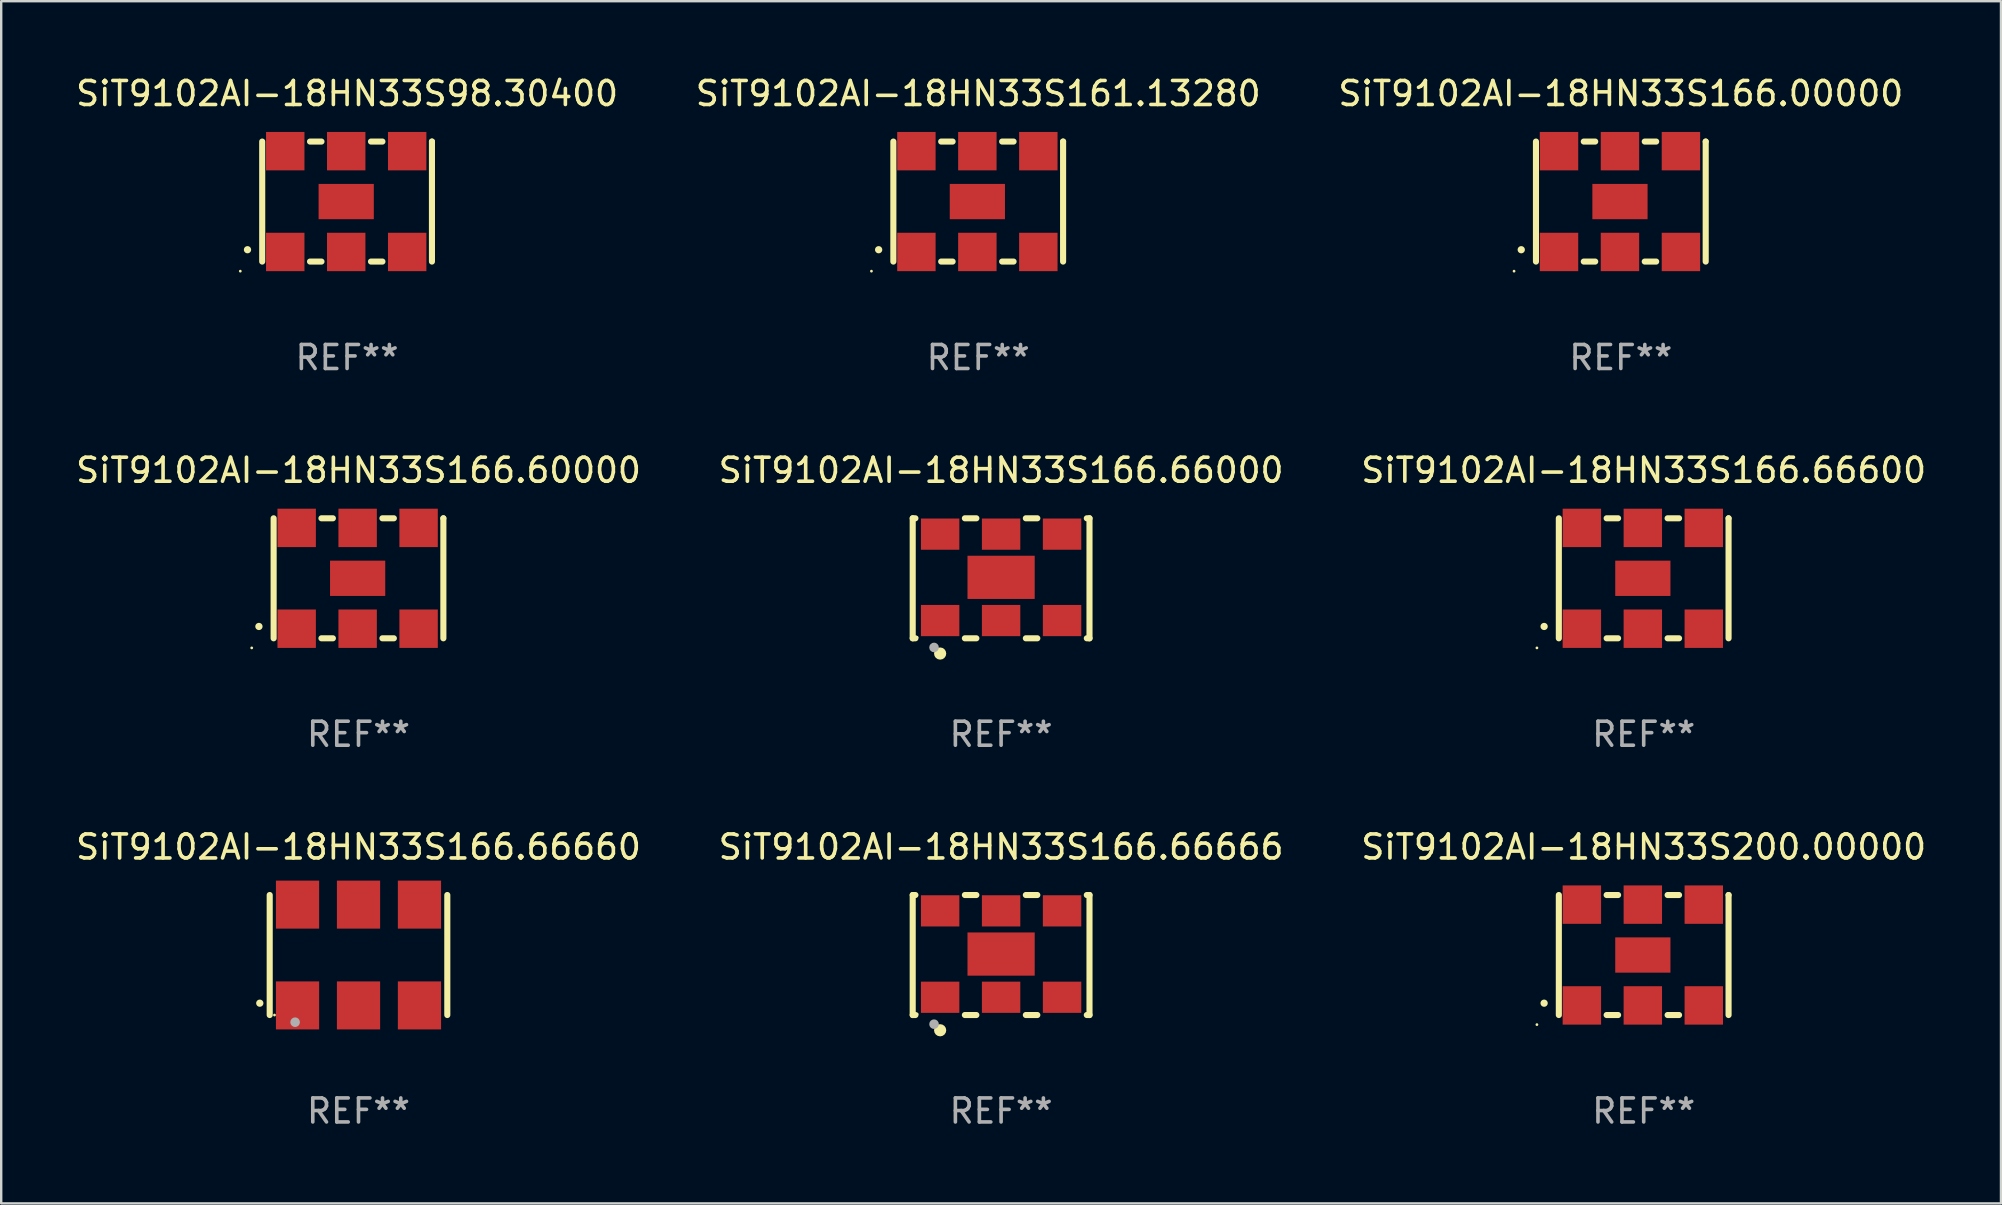
<source format=kicad_pcb>
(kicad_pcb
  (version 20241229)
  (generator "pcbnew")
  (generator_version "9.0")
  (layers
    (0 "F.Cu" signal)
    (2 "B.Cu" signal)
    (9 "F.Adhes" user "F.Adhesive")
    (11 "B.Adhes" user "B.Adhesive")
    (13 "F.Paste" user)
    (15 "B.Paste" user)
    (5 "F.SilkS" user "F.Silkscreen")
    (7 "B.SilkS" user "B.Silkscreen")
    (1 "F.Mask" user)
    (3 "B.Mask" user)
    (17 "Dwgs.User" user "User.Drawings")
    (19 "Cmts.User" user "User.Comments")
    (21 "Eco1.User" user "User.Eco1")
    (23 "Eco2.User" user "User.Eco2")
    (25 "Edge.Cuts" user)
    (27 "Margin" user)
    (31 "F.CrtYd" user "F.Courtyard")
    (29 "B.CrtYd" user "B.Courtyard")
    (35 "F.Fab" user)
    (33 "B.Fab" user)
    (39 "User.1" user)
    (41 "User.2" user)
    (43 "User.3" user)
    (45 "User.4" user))
  (footprint "SiT9102AI-18HN33S166.66600"
    (layer "F.Cu")
    (at 65.435 21.045)
    (property "Reference" "SiT9102AI-18HN33S166.66600" (at 0 -4.5 0) (layer "F.SilkS") (effects (font (size 1 1) (thickness 0.15))))
    (attr through_hole)
    (fp_line (start -3.536 -2.5) (end -3.536 2.5) (stroke (width 0.254) (type solid)) (layer "F.SilkS"))
    (fp_line (start -1.544 2.5) (end -1.067 2.5) (stroke (width 0.254) (type solid)) (layer "F.SilkS"))
    (fp_line (start -1.067 -2.5) (end -1.544 -2.5) (stroke (width 0.254) (type solid)) (layer "F.SilkS"))
    (fp_line (start 0.996 2.5) (end 1.473 2.5) (stroke (width 0.254) (type solid)) (layer "F.SilkS"))
    (fp_line (start 1.473 -2.5) (end 0.996 -2.5) (stroke (width 0.254) (type solid)) (layer "F.SilkS"))
    (fp_line (start 3.536 -2.5) (end 3.536 -2.5) (stroke (width 0.254) (type solid)) (layer "F.SilkS"))
    (fp_line (start 3.536 2.5) (end 3.536 -2.5) (stroke (width 0.254) (type solid)) (layer "F.SilkS"))
    (fp_arc (start -4.150432 2.006604) (mid -4.149162 2.006599) (end -4.147892 2.006604) (stroke (width 0.3) (type solid)) (layer "F.SilkS"))
    (fp_circle (center -4.449 2.9) (end -4.419 2.9) (stroke (width 0.06) (type solid)) (fill no) (layer "F.SilkS"))
    (fp_text user "REF**" (at 0 6.5 0) (layer "F.Fab") (effects (font (size 1 1) (thickness 0.15))))
    (pad "1" smd rect (at -2.576 2.1) (size 1.6 1.6) (layers "F.Cu" "F.Mask" "F.Paste"))
    (pad "2" smd rect (at -0.036 2.1) (size 1.6 1.6) (layers "F.Cu" "F.Mask" "F.Paste"))
    (pad "3" smd rect (at 2.504 2.1) (size 1.6 1.6) (layers "F.Cu" "F.Mask" "F.Paste"))
    (pad "4" smd rect (at 2.504 -2.1) (size 1.6 1.6) (layers "F.Cu" "F.Mask" "F.Paste"))
    (pad "5" smd rect (at -0.036 -2.1) (size 1.6 1.6) (layers "F.Cu" "F.Mask" "F.Paste"))
    (pad "6" smd rect (at -2.576 -2.1) (size 1.6 1.6) (layers "F.Cu" "F.Mask" "F.Paste"))
    (pad "7" smd rect (at -0.036 0) (size 2.3 1.47) (layers "F.Cu" "F.Mask" "F.Paste")))
  (footprint "SiT9102AI-18HN33S166.66660"
    (layer "F.Cu")
    (at 11.887 36.741)
    (property "Reference" "SiT9102AI-18HN33S166.66660" (at 0 -4.5 0) (layer "F.SilkS") (effects (font (size 1 1) (thickness 0.15))))
    (attr through_hole)
    (fp_line (start -3.7 -2.5) (end -3.7 2.5) (stroke (width 0.254) (type solid)) (layer "F.SilkS"))
    (fp_line (start 3.7 -2.5) (end 3.7 2.5) (stroke (width 0.254) (type solid)) (layer "F.SilkS"))
    (fp_arc (start -4.114415 2.006604) (mid -4.113145 2.006599) (end -4.111875 2.006604) (stroke (width 0.3) (type solid)) (layer "F.SilkS"))
    (fp_circle (center -3.5 2.501) (end -3.47 2.501) (stroke (width 0.06) (type solid)) (fill no) (layer "F.SilkS"))
    (fp_circle (center -2.641 2.799) (end -2.541 2.799) (stroke (width 0.2) (type solid)) (fill no) (layer "F.Fab"))
    (fp_text user "REF**" (at 0 6.5 0) (layer "F.Fab") (effects (font (size 1 1) (thickness 0.15))))
    (pad "1" smd rect (at -2.54 2.1) (size 1.8 2) (layers "F.Cu" "F.Mask" "F.Paste"))
    (pad "2" smd rect (at 0.000394 2.1) (size 1.8 2) (layers "F.Cu" "F.Mask" "F.Paste"))
    (pad "3" smd rect (at 2.54 2.1) (size 1.8 2) (layers "F.Cu" "F.Mask" "F.Paste"))
    (pad "4" smd rect (at 2.54 -2.1) (size 1.8 2) (layers "F.Cu" "F.Mask" "F.Paste"))
    (pad "5" smd rect (at 0.000394 -2.1) (size 1.8 2) (layers "F.Cu" "F.Mask" "F.Paste"))
    (pad "6" smd rect (at -2.54 -2.1) (size 1.8 2) (layers "F.Cu" "F.Mask" "F.Paste")))
  (footprint "SiT9102AI-18HN33S166.66000"
    (layer "F.Cu")
    (at 38.661 21.045)
    (property "Reference" "SiT9102AI-18HN33S166.66000" (at 0 -4.5 0) (layer "F.SilkS") (effects (font (size 1 1) (thickness 0.15))))
    (attr through_hole)
    (fp_line (start -3.683 -2.5) (end -3.571 -2.5) (stroke (width 0.254) (type solid)) (layer "F.SilkS"))
    (fp_line (start -3.683 2.5) (end -3.683 -2.5) (stroke (width 0.254) (type solid)) (layer "F.SilkS"))
    (fp_line (start -3.683 2.5) (end -3.571 2.5) (stroke (width 0.254) (type solid)) (layer "F.SilkS"))
    (fp_line (start -1.509 -2.5) (end -1.031 -2.5) (stroke (width 0.254) (type solid)) (layer "F.SilkS"))
    (fp_line (start -1.509 2.5) (end -1.031 2.5) (stroke (width 0.254) (type solid)) (layer "F.SilkS"))
    (fp_line (start 1.031 -2.5) (end 1.509 -2.5) (stroke (width 0.254) (type solid)) (layer "F.SilkS"))
    (fp_line (start 1.031 2.5) (end 1.509 2.5) (stroke (width 0.254) (type solid)) (layer "F.SilkS"))
    (fp_line (start 3.571 -2.5) (end 3.683 -2.5) (stroke (width 0.254) (type solid)) (layer "F.SilkS"))
    (fp_line (start 3.571 2.5) (end 3.683 2.5) (stroke (width 0.254) (type solid)) (layer "F.SilkS"))
    (fp_line (start 3.683 2.5) (end 3.683 -2.5) (stroke (width 0.254) (type solid)) (layer "F.SilkS"))
    (fp_circle (center -3.5 2.46) (end -3.47 2.46) (stroke (width 0.06) (type solid)) (fill no) (layer "F.SilkS"))
    (fp_circle (center -2.54 3.135) (end -2.413 3.135) (stroke (width 0.254) (type solid)) (fill no) (layer "F.SilkS"))
    (fp_circle (center -2.794 2.881) (end -2.694 2.881) (stroke (width 0.2) (type solid)) (fill no) (layer "F.Fab"))
    (fp_text user "REF**" (at 0 6.5 0) (layer "F.Fab") (effects (font (size 1 1) (thickness 0.15))))
    (pad "1" smd rect (at -2.54 1.76) (size 1.6 1.3) (layers "F.Cu" "F.Mask" "F.Paste"))
    (pad "2" smd rect (at 0 1.76) (size 1.6 1.3) (layers "F.Cu" "F.Mask" "F.Paste"))
    (pad "3" smd rect (at 2.54 1.76) (size 1.6 1.3) (layers "F.Cu" "F.Mask" "F.Paste"))
    (pad "4" smd rect (at 2.54 -1.84) (size 1.6 1.3) (layers "F.Cu" "F.Mask" "F.Paste"))
    (pad "5" smd rect (at 0 -1.84) (size 1.6 1.3) (layers "F.Cu" "F.Mask" "F.Paste"))
    (pad "6" smd rect (at -2.54 -1.84) (size 1.6 1.3) (layers "F.Cu" "F.Mask" "F.Paste"))
    (pad "7" smd rect (at 0 -0.04) (size 2.8 1.8) (layers "F.Cu" "F.Mask" "F.Paste")))
  (footprint "SiT9102AI-18HN33S200.00000"
    (layer "F.Cu")
    (at 65.435 36.741)
    (property "Reference" "SiT9102AI-18HN33S200.00000" (at 0 -4.5 0) (layer "F.SilkS") (effects (font (size 1 1) (thickness 0.15))))
    (attr through_hole)
    (fp_line (start -3.536 -2.5) (end -3.536 2.5) (stroke (width 0.254) (type solid)) (layer "F.SilkS"))
    (fp_line (start -1.544 2.5) (end -1.067 2.5) (stroke (width 0.254) (type solid)) (layer "F.SilkS"))
    (fp_line (start -1.067 -2.5) (end -1.544 -2.5) (stroke (width 0.254) (type solid)) (layer "F.SilkS"))
    (fp_line (start 0.996 2.5) (end 1.473 2.5) (stroke (width 0.254) (type solid)) (layer "F.SilkS"))
    (fp_line (start 1.473 -2.5) (end 0.996 -2.5) (stroke (width 0.254) (type solid)) (layer "F.SilkS"))
    (fp_line (start 3.536 -2.5) (end 3.536 -2.5) (stroke (width 0.254) (type solid)) (layer "F.SilkS"))
    (fp_line (start 3.536 2.5) (end 3.536 -2.5) (stroke (width 0.254) (type solid)) (layer "F.SilkS"))
    (fp_arc (start -4.150432 2.006604) (mid -4.149162 2.006599) (end -4.147892 2.006604) (stroke (width 0.3) (type solid)) (layer "F.SilkS"))
    (fp_circle (center -4.449 2.9) (end -4.419 2.9) (stroke (width 0.06) (type solid)) (fill no) (layer "F.SilkS"))
    (fp_text user "REF**" (at 0 6.5 0) (layer "F.Fab") (effects (font (size 1 1) (thickness 0.15))))
    (pad "1" smd rect (at -2.576 2.1) (size 1.6 1.6) (layers "F.Cu" "F.Mask" "F.Paste"))
    (pad "2" smd rect (at -0.036 2.1) (size 1.6 1.6) (layers "F.Cu" "F.Mask" "F.Paste"))
    (pad "3" smd rect (at 2.504 2.1) (size 1.6 1.6) (layers "F.Cu" "F.Mask" "F.Paste"))
    (pad "4" smd rect (at 2.504 -2.1) (size 1.6 1.6) (layers "F.Cu" "F.Mask" "F.Paste"))
    (pad "5" smd rect (at -0.036 -2.1) (size 1.6 1.6) (layers "F.Cu" "F.Mask" "F.Paste"))
    (pad "6" smd rect (at -2.576 -2.1) (size 1.6 1.6) (layers "F.Cu" "F.Mask" "F.Paste"))
    (pad "7" smd rect (at -0.036 0) (size 2.3 1.47) (layers "F.Cu" "F.Mask" "F.Paste")))
  (footprint "SiT9102AI-18HN33S166.00000"
    (layer "F.Cu")
    (at 64.482 5.348)
    (property "Reference" "SiT9102AI-18HN33S166.00000" (at 0 -4.5 0) (layer "F.SilkS") (effects (font (size 1 1) (thickness 0.15))))
    (attr through_hole)
    (fp_line (start -3.536 -2.5) (end -3.536 2.5) (stroke (width 0.254) (type solid)) (layer "F.SilkS"))
    (fp_line (start -1.544 2.5) (end -1.067 2.5) (stroke (width 0.254) (type solid)) (layer "F.SilkS"))
    (fp_line (start -1.067 -2.5) (end -1.544 -2.5) (stroke (width 0.254) (type solid)) (layer "F.SilkS"))
    (fp_line (start 0.996 2.5) (end 1.473 2.5) (stroke (width 0.254) (type solid)) (layer "F.SilkS"))
    (fp_line (start 1.473 -2.5) (end 0.996 -2.5) (stroke (width 0.254) (type solid)) (layer "F.SilkS"))
    (fp_line (start 3.536 -2.5) (end 3.536 -2.5) (stroke (width 0.254) (type solid)) (layer "F.SilkS"))
    (fp_line (start 3.536 2.5) (end 3.536 -2.5) (stroke (width 0.254) (type solid)) (layer "F.SilkS"))
    (fp_arc (start -4.150432 2.006604) (mid -4.149162 2.006599) (end -4.147892 2.006604) (stroke (width 0.3) (type solid)) (layer "F.SilkS"))
    (fp_circle (center -4.449 2.9) (end -4.419 2.9) (stroke (width 0.06) (type solid)) (fill no) (layer "F.SilkS"))
    (fp_text user "REF**" (at 0 6.5 0) (layer "F.Fab") (effects (font (size 1 1) (thickness 0.15))))
    (pad "1" smd rect (at -2.576 2.1) (size 1.6 1.6) (layers "F.Cu" "F.Mask" "F.Paste"))
    (pad "2" smd rect (at -0.036 2.1) (size 1.6 1.6) (layers "F.Cu" "F.Mask" "F.Paste"))
    (pad "3" smd rect (at 2.504 2.1) (size 1.6 1.6) (layers "F.Cu" "F.Mask" "F.Paste"))
    (pad "4" smd rect (at 2.504 -2.1) (size 1.6 1.6) (layers "F.Cu" "F.Mask" "F.Paste"))
    (pad "5" smd rect (at -0.036 -2.1) (size 1.6 1.6) (layers "F.Cu" "F.Mask" "F.Paste"))
    (pad "6" smd rect (at -2.576 -2.1) (size 1.6 1.6) (layers "F.Cu" "F.Mask" "F.Paste"))
    (pad "7" smd rect (at -0.036 0) (size 2.3 1.47) (layers "F.Cu" "F.Mask" "F.Paste")))
  (footprint "SiT9102AI-18HN33S98.30400"
    (layer "F.Cu")
    (at 11.411 5.348)
    (property "Reference" "SiT9102AI-18HN33S98.30400" (at 0 -4.5 0) (layer "F.SilkS") (effects (font (size 1 1) (thickness 0.15))))
    (attr through_hole)
    (fp_line (start -3.536 -2.5) (end -3.536 2.5) (stroke (width 0.254) (type solid)) (layer "F.SilkS"))
    (fp_line (start -1.544 2.5) (end -1.067 2.5) (stroke (width 0.254) (type solid)) (layer "F.SilkS"))
    (fp_line (start -1.067 -2.5) (end -1.544 -2.5) (stroke (width 0.254) (type solid)) (layer "F.SilkS"))
    (fp_line (start 0.996 2.5) (end 1.473 2.5) (stroke (width 0.254) (type solid)) (layer "F.SilkS"))
    (fp_line (start 1.473 -2.5) (end 0.996 -2.5) (stroke (width 0.254) (type solid)) (layer "F.SilkS"))
    (fp_line (start 3.536 -2.5) (end 3.536 -2.5) (stroke (width 0.254) (type solid)) (layer "F.SilkS"))
    (fp_line (start 3.536 2.5) (end 3.536 -2.5) (stroke (width 0.254) (type solid)) (layer "F.SilkS"))
    (fp_arc (start -4.150432 2.006604) (mid -4.149162 2.006599) (end -4.147892 2.006604) (stroke (width 0.3) (type solid)) (layer "F.SilkS"))
    (fp_circle (center -4.449 2.9) (end -4.419 2.9) (stroke (width 0.06) (type solid)) (fill no) (layer "F.SilkS"))
    (fp_text user "REF**" (at 0 6.5 0) (layer "F.Fab") (effects (font (size 1 1) (thickness 0.15))))
    (pad "1" smd rect (at -2.576 2.1) (size 1.6 1.6) (layers "F.Cu" "F.Mask" "F.Paste"))
    (pad "2" smd rect (at -0.036 2.1) (size 1.6 1.6) (layers "F.Cu" "F.Mask" "F.Paste"))
    (pad "3" smd rect (at 2.504 2.1) (size 1.6 1.6) (layers "F.Cu" "F.Mask" "F.Paste"))
    (pad "4" smd rect (at 2.504 -2.1) (size 1.6 1.6) (layers "F.Cu" "F.Mask" "F.Paste"))
    (pad "5" smd rect (at -0.036 -2.1) (size 1.6 1.6) (layers "F.Cu" "F.Mask" "F.Paste"))
    (pad "6" smd rect (at -2.576 -2.1) (size 1.6 1.6) (layers "F.Cu" "F.Mask" "F.Paste"))
    (pad "7" smd rect (at -0.036 0) (size 2.3 1.47) (layers "F.Cu" "F.Mask" "F.Paste")))
  (footprint "SiT9102AI-18HN33S166.60000"
    (layer "F.Cu")
    (at 11.887 21.045)
    (property "Reference" "SiT9102AI-18HN33S166.60000" (at 0 -4.5 0) (layer "F.SilkS") (effects (font (size 1 1) (thickness 0.15))))
    (attr through_hole)
    (fp_line (start -3.536 -2.5) (end -3.536 2.5) (stroke (width 0.254) (type solid)) (layer "F.SilkS"))
    (fp_line (start -1.544 2.5) (end -1.067 2.5) (stroke (width 0.254) (type solid)) (layer "F.SilkS"))
    (fp_line (start -1.067 -2.5) (end -1.544 -2.5) (stroke (width 0.254) (type solid)) (layer "F.SilkS"))
    (fp_line (start 0.996 2.5) (end 1.473 2.5) (stroke (width 0.254) (type solid)) (layer "F.SilkS"))
    (fp_line (start 1.473 -2.5) (end 0.996 -2.5) (stroke (width 0.254) (type solid)) (layer "F.SilkS"))
    (fp_line (start 3.536 -2.5) (end 3.536 -2.5) (stroke (width 0.254) (type solid)) (layer "F.SilkS"))
    (fp_line (start 3.536 2.5) (end 3.536 -2.5) (stroke (width 0.254) (type solid)) (layer "F.SilkS"))
    (fp_arc (start -4.150432 2.006604) (mid -4.149162 2.006599) (end -4.147892 2.006604) (stroke (width 0.3) (type solid)) (layer "F.SilkS"))
    (fp_circle (center -4.449 2.9) (end -4.419 2.9) (stroke (width 0.06) (type solid)) (fill no) (layer "F.SilkS"))
    (fp_text user "REF**" (at 0 6.5 0) (layer "F.Fab") (effects (font (size 1 1) (thickness 0.15))))
    (pad "1" smd rect (at -2.576 2.1) (size 1.6 1.6) (layers "F.Cu" "F.Mask" "F.Paste"))
    (pad "2" smd rect (at -0.036 2.1) (size 1.6 1.6) (layers "F.Cu" "F.Mask" "F.Paste"))
    (pad "3" smd rect (at 2.504 2.1) (size 1.6 1.6) (layers "F.Cu" "F.Mask" "F.Paste"))
    (pad "4" smd rect (at 2.504 -2.1) (size 1.6 1.6) (layers "F.Cu" "F.Mask" "F.Paste"))
    (pad "5" smd rect (at -0.036 -2.1) (size 1.6 1.6) (layers "F.Cu" "F.Mask" "F.Paste"))
    (pad "6" smd rect (at -2.576 -2.1) (size 1.6 1.6) (layers "F.Cu" "F.Mask" "F.Paste"))
    (pad "7" smd rect (at -0.036 0) (size 2.3 1.47) (layers "F.Cu" "F.Mask" "F.Paste")))
  (footprint "SiT9102AI-18HN33S166.66666"
    (layer "F.Cu")
    (at 38.661 36.741)
    (property "Reference" "SiT9102AI-18HN33S166.66666" (at 0 -4.5 0) (layer "F.SilkS") (effects (font (size 1 1) (thickness 0.15))))
    (attr through_hole)
    (fp_line (start -3.683 -2.5) (end -3.571 -2.5) (stroke (width 0.254) (type solid)) (layer "F.SilkS"))
    (fp_line (start -3.683 2.5) (end -3.683 -2.5) (stroke (width 0.254) (type solid)) (layer "F.SilkS"))
    (fp_line (start -3.683 2.5) (end -3.571 2.5) (stroke (width 0.254) (type solid)) (layer "F.SilkS"))
    (fp_line (start -1.509 -2.5) (end -1.031 -2.5) (stroke (width 0.254) (type solid)) (layer "F.SilkS"))
    (fp_line (start -1.509 2.5) (end -1.031 2.5) (stroke (width 0.254) (type solid)) (layer "F.SilkS"))
    (fp_line (start 1.031 -2.5) (end 1.509 -2.5) (stroke (width 0.254) (type solid)) (layer "F.SilkS"))
    (fp_line (start 1.031 2.5) (end 1.509 2.5) (stroke (width 0.254) (type solid)) (layer "F.SilkS"))
    (fp_line (start 3.571 -2.5) (end 3.683 -2.5) (stroke (width 0.254) (type solid)) (layer "F.SilkS"))
    (fp_line (start 3.571 2.5) (end 3.683 2.5) (stroke (width 0.254) (type solid)) (layer "F.SilkS"))
    (fp_line (start 3.683 2.5) (end 3.683 -2.5) (stroke (width 0.254) (type solid)) (layer "F.SilkS"))
    (fp_circle (center -3.5 2.46) (end -3.47 2.46) (stroke (width 0.06) (type solid)) (fill no) (layer "F.SilkS"))
    (fp_circle (center -2.54 3.135) (end -2.413 3.135) (stroke (width 0.254) (type solid)) (fill no) (layer "F.SilkS"))
    (fp_circle (center -2.794 2.881) (end -2.694 2.881) (stroke (width 0.2) (type solid)) (fill no) (layer "F.Fab"))
    (fp_text user "REF**" (at 0 6.5 0) (layer "F.Fab") (effects (font (size 1 1) (thickness 0.15))))
    (pad "1" smd rect (at -2.54 1.76) (size 1.6 1.3) (layers "F.Cu" "F.Mask" "F.Paste"))
    (pad "2" smd rect (at 0 1.76) (size 1.6 1.3) (layers "F.Cu" "F.Mask" "F.Paste"))
    (pad "3" smd rect (at 2.54 1.76) (size 1.6 1.3) (layers "F.Cu" "F.Mask" "F.Paste"))
    (pad "4" smd rect (at 2.54 -1.84) (size 1.6 1.3) (layers "F.Cu" "F.Mask" "F.Paste"))
    (pad "5" smd rect (at 0 -1.84) (size 1.6 1.3) (layers "F.Cu" "F.Mask" "F.Paste"))
    (pad "6" smd rect (at -2.54 -1.84) (size 1.6 1.3) (layers "F.Cu" "F.Mask" "F.Paste"))
    (pad "7" smd rect (at 0 -0.04) (size 2.8 1.8) (layers "F.Cu" "F.Mask" "F.Paste")))
  (footprint "SiT9102AI-18HN33S161.13280"
    (layer "F.Cu")
    (at 37.708 5.348)
    (property "Reference" "SiT9102AI-18HN33S161.13280" (at 0 -4.5 0) (layer "F.SilkS") (effects (font (size 1 1) (thickness 0.15))))
    (attr through_hole)
    (fp_line (start -3.536 -2.5) (end -3.536 2.5) (stroke (width 0.254) (type solid)) (layer "F.SilkS"))
    (fp_line (start -1.544 2.5) (end -1.067 2.5) (stroke (width 0.254) (type solid)) (layer "F.SilkS"))
    (fp_line (start -1.067 -2.5) (end -1.544 -2.5) (stroke (width 0.254) (type solid)) (layer "F.SilkS"))
    (fp_line (start 0.996 2.5) (end 1.473 2.5) (stroke (width 0.254) (type solid)) (layer "F.SilkS"))
    (fp_line (start 1.473 -2.5) (end 0.996 -2.5) (stroke (width 0.254) (type solid)) (layer "F.SilkS"))
    (fp_line (start 3.536 -2.5) (end 3.536 -2.5) (stroke (width 0.254) (type solid)) (layer "F.SilkS"))
    (fp_line (start 3.536 2.5) (end 3.536 -2.5) (stroke (width 0.254) (type solid)) (layer "F.SilkS"))
    (fp_arc (start -4.150432 2.006604) (mid -4.149162 2.006599) (end -4.147892 2.006604) (stroke (width 0.3) (type solid)) (layer "F.SilkS"))
    (fp_circle (center -4.449 2.9) (end -4.419 2.9) (stroke (width 0.06) (type solid)) (fill no) (layer "F.SilkS"))
    (fp_text user "REF**" (at 0 6.5 0) (layer "F.Fab") (effects (font (size 1 1) (thickness 0.15))))
    (pad "1" smd rect (at -2.576 2.1) (size 1.6 1.6) (layers "F.Cu" "F.Mask" "F.Paste"))
    (pad "2" smd rect (at -0.036 2.1) (size 1.6 1.6) (layers "F.Cu" "F.Mask" "F.Paste"))
    (pad "3" smd rect (at 2.504 2.1) (size 1.6 1.6) (layers "F.Cu" "F.Mask" "F.Paste"))
    (pad "4" smd rect (at 2.504 -2.1) (size 1.6 1.6) (layers "F.Cu" "F.Mask" "F.Paste"))
    (pad "5" smd rect (at -0.036 -2.1) (size 1.6 1.6) (layers "F.Cu" "F.Mask" "F.Paste"))
    (pad "6" smd rect (at -2.576 -2.1) (size 1.6 1.6) (layers "F.Cu" "F.Mask" "F.Paste"))
    (pad "7" smd rect (at -0.036 0) (size 2.3 1.47) (layers "F.Cu" "F.Mask" "F.Paste")))
  (gr_rect
    (start -3 -3)
    (end 80.321 47.09)
    (stroke (width 0.1) (type default))
    (fill no)
    (layer "Edge.Cuts")))
</source>
